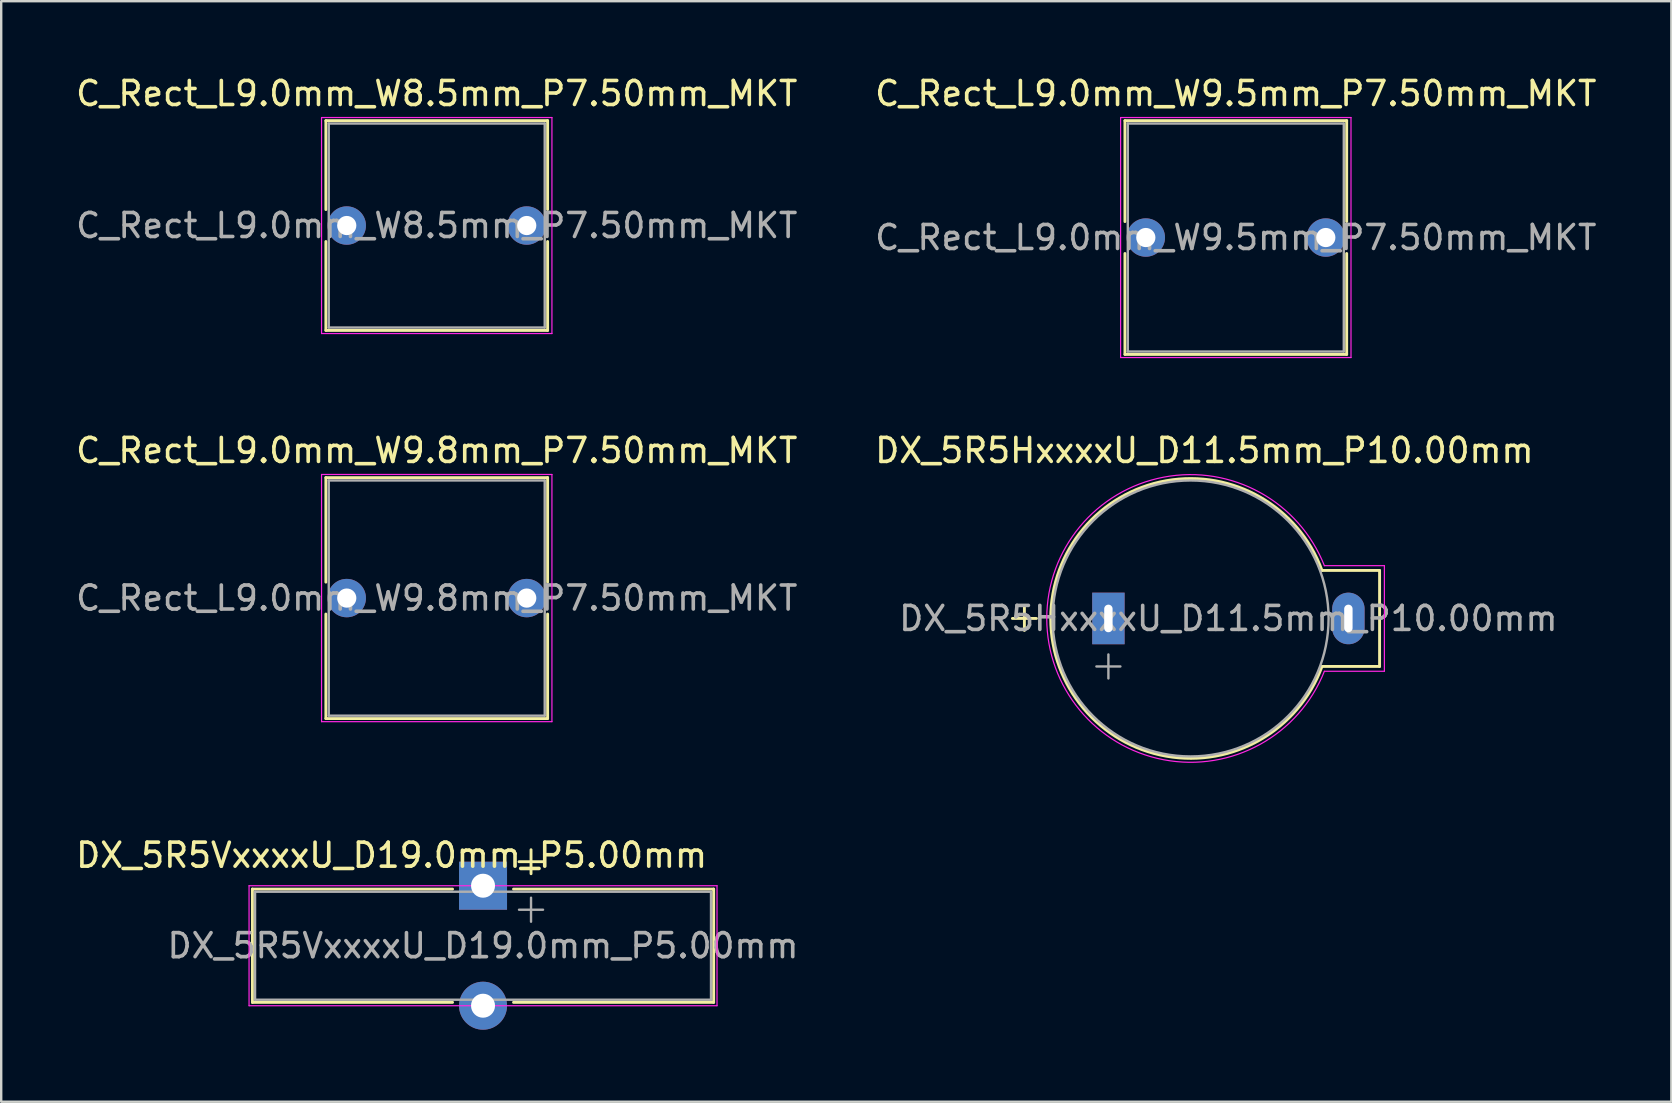
<source format=kicad_pcb>
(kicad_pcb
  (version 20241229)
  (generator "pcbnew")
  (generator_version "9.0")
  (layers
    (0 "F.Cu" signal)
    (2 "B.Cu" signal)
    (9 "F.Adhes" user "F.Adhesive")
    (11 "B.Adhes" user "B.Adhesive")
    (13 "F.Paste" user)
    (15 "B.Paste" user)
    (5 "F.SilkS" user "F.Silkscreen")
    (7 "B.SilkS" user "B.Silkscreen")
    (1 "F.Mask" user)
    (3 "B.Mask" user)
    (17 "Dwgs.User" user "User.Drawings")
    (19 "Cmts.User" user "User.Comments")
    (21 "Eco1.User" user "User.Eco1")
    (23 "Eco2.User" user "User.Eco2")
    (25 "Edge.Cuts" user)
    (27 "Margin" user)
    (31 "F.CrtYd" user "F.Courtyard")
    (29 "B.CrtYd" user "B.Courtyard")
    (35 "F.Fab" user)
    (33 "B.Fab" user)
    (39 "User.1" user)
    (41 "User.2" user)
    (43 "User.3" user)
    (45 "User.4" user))
  (footprint "DX_5R5VxxxxU_D19.0mm_P5.00mm"
    (layer "F.Cu")
    (at 17.078 33.858)
    (property "Reference" "DX_5R5VxxxxU_D19.0mm_P5.00mm" (at -3.81 -1.27 0) (layer "F.SilkS") (effects (font (size 1 1) (thickness 0.15))))
    (fp_line (start -9.61 0.14) (end -9.61 4.86) (stroke (width 0.12) (type solid)) (layer "F.SilkS"))
    (fp_line (start -9.61 0.14) (end -1.27 0.14) (stroke (width 0.12) (type solid)) (layer "F.SilkS"))
    (fp_line (start -1.27 4.86) (end -9.61 4.86) (stroke (width 0.12) (type solid)) (layer "F.SilkS"))
    (fp_line (start 1.27 0.14) (end 9.61 0.14) (stroke (width 0.12) (type solid)) (layer "F.SilkS"))
    (fp_line (start 1.5 -1) (end 2.5 -1) (stroke (width 0.12) (type solid)) (layer "F.SilkS"))
    (fp_line (start 2 -1.5) (end 2 -0.5) (stroke (width 0.12) (type solid)) (layer "F.SilkS"))
    (fp_line (start 9.61 0.14) (end 9.61 4.86) (stroke (width 0.12) (type solid)) (layer "F.SilkS"))
    (fp_line (start 9.61 4.86) (end 1.27 4.86) (stroke (width 0.12) (type solid)) (layer "F.SilkS"))
    (fp_line (start -9.75 0) (end -9.75 5) (stroke (width 0.05) (type solid)) (layer "F.CrtYd"))
    (fp_line (start -9.75 0) (end 9.75 0) (stroke (width 0.05) (type solid)) (layer "F.CrtYd"))
    (fp_line (start 9.75 0) (end 9.75 5) (stroke (width 0.05) (type solid)) (layer "F.CrtYd"))
    (fp_line (start 9.75 5) (end -9.75 5) (stroke (width 0.05) (type solid)) (layer "F.CrtYd"))
    (fp_line (start -9.5 0.25) (end -9.5 4.75) (stroke (width 0.1) (type solid)) (layer "F.Fab"))
    (fp_line (start -9.5 0.25) (end 9.5 0.25) (stroke (width 0.1) (type solid)) (layer "F.Fab"))
    (fp_line (start -9.5 4.75) (end 9.5 4.75) (stroke (width 0.1) (type solid)) (layer "F.Fab"))
    (fp_line (start 1.5 1) (end 2.5 1) (stroke (width 0.1) (type solid)) (layer "F.Fab"))
    (fp_line (start 2 0.5) (end 2 1.5) (stroke (width 0.1) (type solid)) (layer "F.Fab"))
    (fp_line (start 9.5 0.25) (end 9.5 4.75) (stroke (width 0.1) (type solid)) (layer "F.Fab"))
    (fp_text user "${REFERENCE}" (at 0 2.5 0) (layer "F.Fab") (effects (font (size 1 1) (thickness 0.15))))
    (pad "1" thru_hole rect (at 0 0) (size 2 2) (drill 1) (layers "*.Cu" "*.Mask"))
    (pad "2" thru_hole circle (at 0 5) (size 2 2) (drill 1) (layers "*.Cu" "*.Mask")))
  (footprint "C_Rect_L9.0mm_W9.8mm_P7.50mm_MKT"
    (layer "F.Cu")
    (at 11.399 21.872)
    (property "Reference" "C_Rect_L9.0mm_W9.8mm_P7.50mm_MKT" (at 3.75 -6.15 0) (layer "F.SilkS") (effects (font (size 1 1) (thickness 0.15))))
    (attr through_hole)
    (fp_line (start -0.87 -5.02) (end -0.87 -0.665) (stroke (width 0.12) (type solid)) (layer "F.SilkS"))
    (fp_line (start -0.87 -5.02) (end 8.37 -5.02) (stroke (width 0.12) (type solid)) (layer "F.SilkS"))
    (fp_line (start -0.87 0.665) (end -0.87 5.02) (stroke (width 0.12) (type solid)) (layer "F.SilkS"))
    (fp_line (start -0.87 5.02) (end 8.37 5.02) (stroke (width 0.12) (type solid)) (layer "F.SilkS"))
    (fp_line (start 8.37 -5.02) (end 8.37 -0.665) (stroke (width 0.12) (type solid)) (layer "F.SilkS"))
    (fp_line (start 8.37 0.665) (end 8.37 5.02) (stroke (width 0.12) (type solid)) (layer "F.SilkS"))
    (fp_line (start -1.05 -5.15) (end -1.05 5.15) (stroke (width 0.05) (type solid)) (layer "F.CrtYd"))
    (fp_line (start -1.05 5.15) (end 8.55 5.15) (stroke (width 0.05) (type solid)) (layer "F.CrtYd"))
    (fp_line (start 8.55 -5.15) (end -1.05 -5.15) (stroke (width 0.05) (type solid)) (layer "F.CrtYd"))
    (fp_line (start 8.55 5.15) (end 8.55 -5.15) (stroke (width 0.05) (type solid)) (layer "F.CrtYd"))
    (fp_line (start -0.75 -4.9) (end -0.75 4.9) (stroke (width 0.1) (type solid)) (layer "F.Fab"))
    (fp_line (start -0.75 4.9) (end 8.25 4.9) (stroke (width 0.1) (type solid)) (layer "F.Fab"))
    (fp_line (start 8.25 -4.9) (end -0.75 -4.9) (stroke (width 0.1) (type solid)) (layer "F.Fab"))
    (fp_line (start 8.25 4.9) (end 8.25 -4.9) (stroke (width 0.1) (type solid)) (layer "F.Fab"))
    (fp_text user "${REFERENCE}" (at 3.75 0 0) (layer "F.Fab") (effects (font (size 1 1) (thickness 0.15))))
    (pad "1" thru_hole circle (at 0 0) (size 1.6 1.6) (drill 0.8) (layers "*.Cu" "*.Mask"))
    (pad "2" thru_hole circle (at 7.5 0) (size 1.6 1.6) (drill 0.8) (layers "*.Cu" "*.Mask")))
  (footprint "DX_5R5HxxxxU_D11.5mm_P10.00mm"
    (layer "F.Cu")
    (at 43.137 22.721)
    (property "Reference" "DX_5R5HxxxxU_D11.5mm_P10.00mm" (at 4 -7 0) (layer "F.SilkS") (effects (font (size 1 1) (thickness 0.15))))
    (attr through_hole)
    (fp_line (start -4 0) (end -3 0) (stroke (width 0.12) (type solid)) (layer "F.SilkS"))
    (fp_line (start -3.5 -0.5) (end -3.5 0.5) (stroke (width 0.12) (type solid)) (layer "F.SilkS"))
    (fp_line (start 8.9 -2) (end 11.3 -2) (stroke (width 0.12) (type solid)) (layer "F.SilkS"))
    (fp_line (start 11.3 -2) (end 11.3 2) (stroke (width 0.12) (type solid)) (layer "F.SilkS"))
    (fp_line (start 11.3 2) (end 8.9 2) (stroke (width 0.12) (type solid)) (layer "F.SilkS"))
    (fp_arc (start 8.9 2) (mid -2.403861 0) (end 8.9 -2) (stroke (width 0.12) (type solid)) (layer "F.SilkS"))
    (fp_line (start 9 -2.2) (end 11.5 -2.2) (stroke (width 0.05) (type solid)) (layer "F.CrtYd"))
    (fp_line (start 11.5 -2.2) (end 11.5 2.2) (stroke (width 0.05) (type solid)) (layer "F.CrtYd"))
    (fp_line (start 11.5 2.2) (end 9 2.2) (stroke (width 0.05) (type solid)) (layer "F.CrtYd"))
    (fp_arc (start 9 2.2) (mid -2.568382 0) (end 9 -2.2) (stroke (width 0.05) (type solid)) (layer "F.CrtYd"))
    (fp_line (start -0.5 2) (end 0.5 2) (stroke (width 0.1) (type solid)) (layer "F.Fab"))
    (fp_line (start 0 1.5) (end 0 2.5) (stroke (width 0.1) (type solid)) (layer "F.Fab"))
    (fp_circle (center 3.425 0) (end 9.175 0) (stroke (width 0.1) (type solid)) (fill no) (layer "F.Fab"))
    (fp_text user "${REFERENCE}" (at 5 0 0) (layer "F.Fab") (effects (font (size 1 1) (thickness 0.15))))
    (pad "1" thru_hole rect (at 0 0) (size 1.35 2.15) (drill oval 0.35 1.15) (layers "*.Cu" "*.Mask"))
    (pad "2" thru_hole oval (at 10 0) (size 1.35 2.15) (drill oval 0.35 1.15) (layers "*.Cu" "*.Mask")))
  (footprint "C_Rect_L9.0mm_W9.5mm_P7.50mm_MKT"
    (layer "F.Cu")
    (at 44.696 6.848)
    (property "Reference" "C_Rect_L9.0mm_W9.5mm_P7.50mm_MKT" (at 3.75 -6 0) (layer "F.SilkS") (effects (font (size 1 1) (thickness 0.15))))
    (attr through_hole)
    (fp_line (start -0.87 -4.87) (end -0.87 -0.665) (stroke (width 0.12) (type solid)) (layer "F.SilkS"))
    (fp_line (start -0.87 -4.87) (end 8.37 -4.87) (stroke (width 0.12) (type solid)) (layer "F.SilkS"))
    (fp_line (start -0.87 0.665) (end -0.87 4.87) (stroke (width 0.12) (type solid)) (layer "F.SilkS"))
    (fp_line (start -0.87 4.87) (end 8.37 4.87) (stroke (width 0.12) (type solid)) (layer "F.SilkS"))
    (fp_line (start 8.37 -4.87) (end 8.37 -0.665) (stroke (width 0.12) (type solid)) (layer "F.SilkS"))
    (fp_line (start 8.37 0.665) (end 8.37 4.87) (stroke (width 0.12) (type solid)) (layer "F.SilkS"))
    (fp_line (start -1.05 -5) (end -1.05 5) (stroke (width 0.05) (type solid)) (layer "F.CrtYd"))
    (fp_line (start -1.05 5) (end 8.55 5) (stroke (width 0.05) (type solid)) (layer "F.CrtYd"))
    (fp_line (start 8.55 -5) (end -1.05 -5) (stroke (width 0.05) (type solid)) (layer "F.CrtYd"))
    (fp_line (start 8.55 5) (end 8.55 -5) (stroke (width 0.05) (type solid)) (layer "F.CrtYd"))
    (fp_line (start -0.75 -4.75) (end -0.75 4.75) (stroke (width 0.1) (type solid)) (layer "F.Fab"))
    (fp_line (start -0.75 4.75) (end 8.25 4.75) (stroke (width 0.1) (type solid)) (layer "F.Fab"))
    (fp_line (start 8.25 -4.75) (end -0.75 -4.75) (stroke (width 0.1) (type solid)) (layer "F.Fab"))
    (fp_line (start 8.25 4.75) (end 8.25 -4.75) (stroke (width 0.1) (type solid)) (layer "F.Fab"))
    (fp_text user "${REFERENCE}" (at 3.75 0 0) (layer "F.Fab") (effects (font (size 1 1) (thickness 0.15))))
    (pad "1" thru_hole circle (at 0 0) (size 1.6 1.6) (drill 0.8) (layers "*.Cu" "*.Mask"))
    (pad "2" thru_hole circle (at 7.5 0) (size 1.6 1.6) (drill 0.8) (layers "*.Cu" "*.Mask")))
  (footprint "C_Rect_L9.0mm_W8.5mm_P7.50mm_MKT"
    (layer "F.Cu")
    (at 11.399 6.348)
    (property "Reference" "C_Rect_L9.0mm_W8.5mm_P7.50mm_MKT" (at 3.75 -5.5 0) (layer "F.SilkS") (effects (font (size 1 1) (thickness 0.15))))
    (attr through_hole)
    (fp_line (start -0.87 -4.37) (end -0.87 -0.665) (stroke (width 0.12) (type solid)) (layer "F.SilkS"))
    (fp_line (start -0.87 -4.37) (end 8.37 -4.37) (stroke (width 0.12) (type solid)) (layer "F.SilkS"))
    (fp_line (start -0.87 0.665) (end -0.87 4.37) (stroke (width 0.12) (type solid)) (layer "F.SilkS"))
    (fp_line (start -0.87 4.37) (end 8.37 4.37) (stroke (width 0.12) (type solid)) (layer "F.SilkS"))
    (fp_line (start 8.37 -4.37) (end 8.37 -0.665) (stroke (width 0.12) (type solid)) (layer "F.SilkS"))
    (fp_line (start 8.37 0.665) (end 8.37 4.37) (stroke (width 0.12) (type solid)) (layer "F.SilkS"))
    (fp_line (start -1.05 -4.5) (end -1.05 4.5) (stroke (width 0.05) (type solid)) (layer "F.CrtYd"))
    (fp_line (start -1.05 4.5) (end 8.55 4.5) (stroke (width 0.05) (type solid)) (layer "F.CrtYd"))
    (fp_line (start 8.55 -4.5) (end -1.05 -4.5) (stroke (width 0.05) (type solid)) (layer "F.CrtYd"))
    (fp_line (start 8.55 4.5) (end 8.55 -4.5) (stroke (width 0.05) (type solid)) (layer "F.CrtYd"))
    (fp_line (start -0.75 -4.25) (end -0.75 4.25) (stroke (width 0.1) (type solid)) (layer "F.Fab"))
    (fp_line (start -0.75 4.25) (end 8.25 4.25) (stroke (width 0.1) (type solid)) (layer "F.Fab"))
    (fp_line (start 8.25 -4.25) (end -0.75 -4.25) (stroke (width 0.1) (type solid)) (layer "F.Fab"))
    (fp_line (start 8.25 4.25) (end 8.25 -4.25) (stroke (width 0.1) (type solid)) (layer "F.Fab"))
    (fp_text user "${REFERENCE}" (at 3.75 0 0) (layer "F.Fab") (effects (font (size 1 1) (thickness 0.15))))
    (pad "1" thru_hole circle (at 0 0) (size 1.6 1.6) (drill 0.8) (layers "*.Cu" "*.Mask"))
    (pad "2" thru_hole circle (at 7.5 0) (size 1.6 1.6) (drill 0.8) (layers "*.Cu" "*.Mask")))
  (gr_rect
    (start -3 -3)
    (end 66.595 42.858)
    (stroke (width 0.1) (type default))
    (fill no)
    (layer "Edge.Cuts")))
</source>
